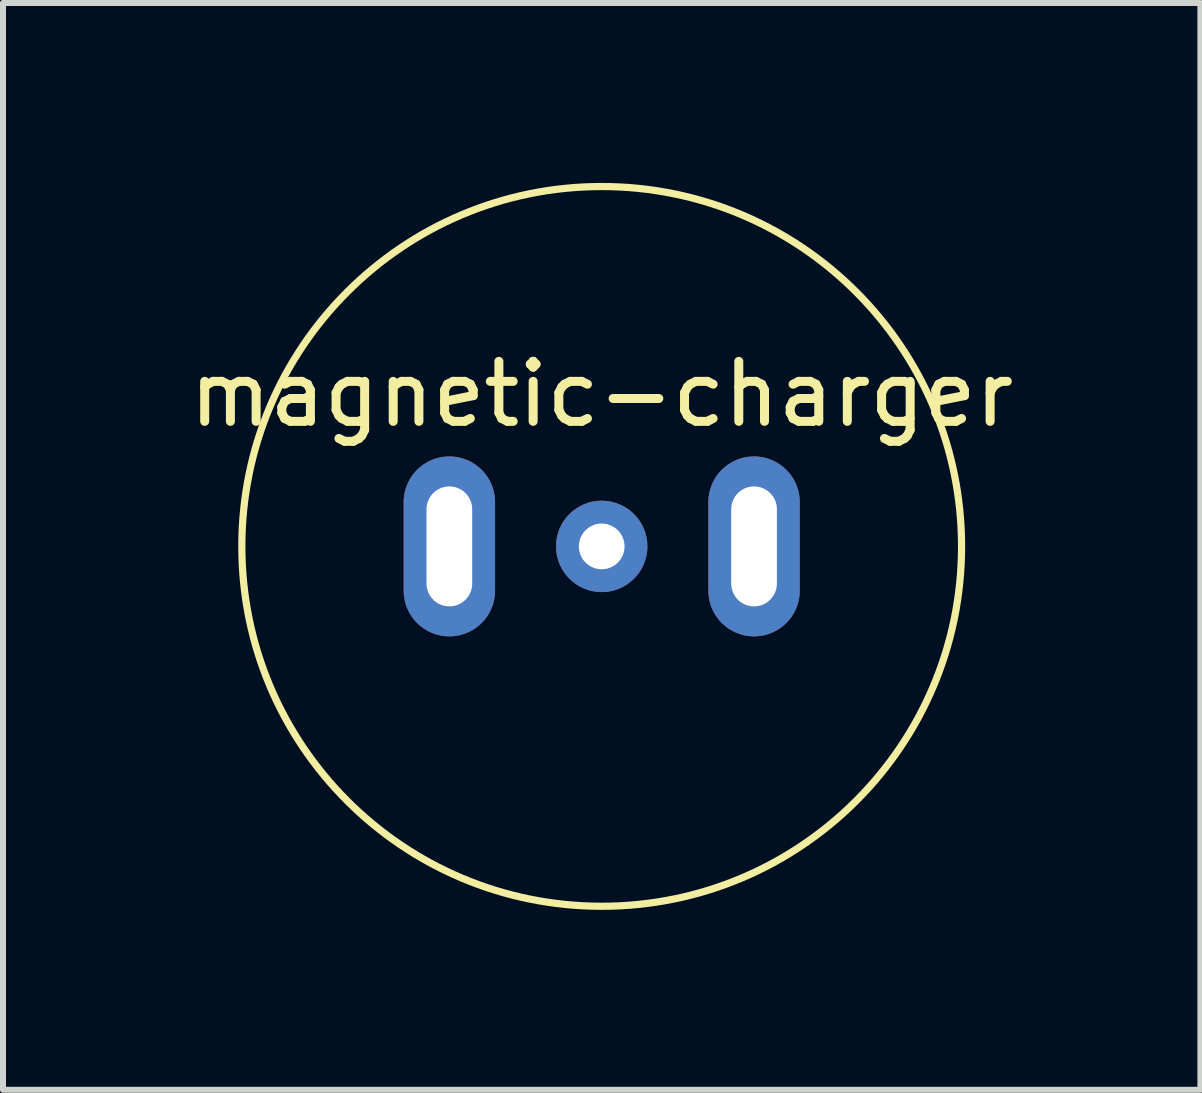
<source format=kicad_pcb>
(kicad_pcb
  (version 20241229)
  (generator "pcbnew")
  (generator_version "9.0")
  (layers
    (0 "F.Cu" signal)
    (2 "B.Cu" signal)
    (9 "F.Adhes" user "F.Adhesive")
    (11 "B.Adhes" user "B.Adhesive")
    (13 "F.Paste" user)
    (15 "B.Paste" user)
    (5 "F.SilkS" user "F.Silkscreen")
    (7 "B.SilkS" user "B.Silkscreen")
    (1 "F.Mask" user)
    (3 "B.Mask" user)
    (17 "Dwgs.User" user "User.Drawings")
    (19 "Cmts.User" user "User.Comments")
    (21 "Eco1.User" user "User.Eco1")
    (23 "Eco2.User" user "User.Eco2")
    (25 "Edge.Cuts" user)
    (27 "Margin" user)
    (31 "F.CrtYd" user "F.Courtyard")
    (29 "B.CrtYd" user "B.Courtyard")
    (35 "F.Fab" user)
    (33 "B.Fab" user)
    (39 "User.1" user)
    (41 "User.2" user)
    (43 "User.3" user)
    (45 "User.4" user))
  (footprint "magnetic-charger"
    (layer "F.Cu")
    (at 6.982 6.06)
    (property "Reference" "magnetic-charger" (at 0 -2.54 0) (unlocked yes) (layer "F.SilkS") (effects (font (size 1 1) (thickness 0.15))))
    (attr through_hole)
    (fp_circle (center 0 0) (end 6 0) (stroke (width 0.12) (type solid)) (fill no) (layer "F.SilkS"))
    (pad "1" thru_hole oval (at -2.54 0 90) (size 3 1.524) (drill oval 2 0.762) (layers "*.Cu" "*.Mask"))
    (pad "1" thru_hole oval (at 2.54 0 90) (size 3 1.524) (drill oval 2 0.762) (layers "*.Cu" "*.Mask"))
    (pad "2" thru_hole circle (at 0 0) (size 1.524 1.524) (drill 0.762) (layers "*.Cu" "*.Mask")))
  (gr_rect
    (start -3 -3)
    (end 16.964 15.12)
    (stroke (width 0.1) (type default))
    (fill no)
    (layer "Edge.Cuts")))
</source>
